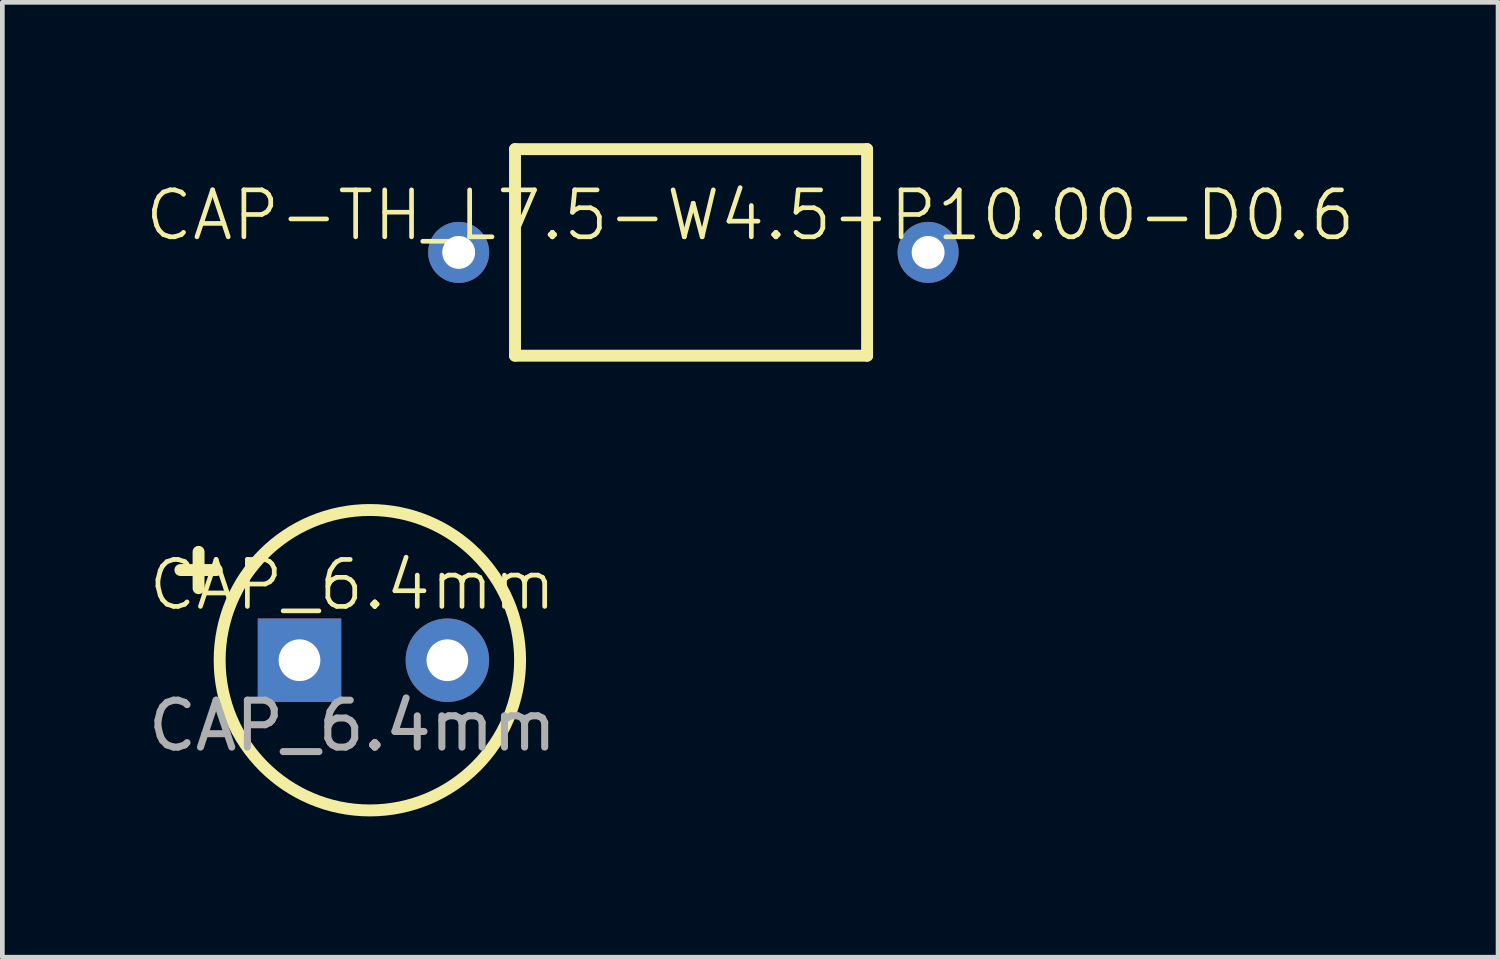
<source format=kicad_pcb>
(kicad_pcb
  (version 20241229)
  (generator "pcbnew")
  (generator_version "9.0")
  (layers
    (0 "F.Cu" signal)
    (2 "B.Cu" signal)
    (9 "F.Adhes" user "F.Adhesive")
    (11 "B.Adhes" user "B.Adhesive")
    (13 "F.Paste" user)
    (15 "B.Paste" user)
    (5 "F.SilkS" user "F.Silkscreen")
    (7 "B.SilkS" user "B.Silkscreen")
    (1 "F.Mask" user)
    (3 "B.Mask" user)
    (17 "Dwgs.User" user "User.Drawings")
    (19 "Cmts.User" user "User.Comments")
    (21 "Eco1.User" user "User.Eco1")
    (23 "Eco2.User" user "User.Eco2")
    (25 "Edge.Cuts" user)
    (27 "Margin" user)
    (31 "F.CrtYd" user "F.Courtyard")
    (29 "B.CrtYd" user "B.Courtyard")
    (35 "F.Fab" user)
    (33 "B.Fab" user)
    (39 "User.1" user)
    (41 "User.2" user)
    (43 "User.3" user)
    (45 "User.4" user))
  (footprint "CAP-TH_L7.5-W4.5-P10.00-D0.6"
    (layer "F.Cu")
    (at 12.931 2.037)
    (property "Reference" "CAP-TH_L7.5-W4.5-P10.00-D0.6" (at 0 -0.5 0) (unlocked yes) (layer "F.SilkS") (effects (font (size 1 1) (thickness 0.1))))
    (attr through_hole)
    (fp_line (start -5.01 2.49) (end -5.01 -1.91) (stroke (width 0.254) (type solid)) (layer "F.SilkS"))
    (fp_line (start 2.49 -1.91) (end -5.01 -1.91) (stroke (width 0.254) (type solid)) (layer "F.SilkS"))
    (fp_line (start 2.49 2.49) (end -5.01 2.49) (stroke (width 0.254) (type solid)) (layer "F.SilkS"))
    (fp_line (start 2.49 2.49) (end 2.49 -1.91) (stroke (width 0.254) (type solid)) (layer "F.SilkS"))
    (fp_line (start -4.96 2.54) (end -4.96 -1.96) (stroke (width 0.051) (type solid)) (layer "Eco1.User"))
    (fp_line (start 2.54 -1.96) (end -4.96 -1.96) (stroke (width 0.051) (type solid)) (layer "Eco1.User"))
    (fp_line (start 2.54 2.54) (end -4.96 2.54) (stroke (width 0.051) (type solid)) (layer "Eco1.User"))
    (fp_line (start 2.54 2.54) (end 2.54 -1.96) (stroke (width 0.051) (type solid)) (layer "Eco1.User"))
    (fp_poly (pts (xy -6.21 0.015) (xy -6.21 0.565) (xy -4.91 0.565) (xy -4.91 0.015)) (stroke (width 0.1) (type default)) (fill no) (layer "Eco1.User"))
    (fp_poly (pts (xy 3.79 0.565) (xy 3.79 0.015) (xy 2.49 0.015) (xy 2.49 0.565)) (stroke (width 0.1) (type default)) (fill no) (layer "Eco1.User"))
    (fp_poly (pts (xy -6.425 2.54) (xy -6.425 2.515) (xy -6.46 2.48) (xy -6.51 2.48) (xy -6.545 2.515) (xy -6.545 2.54) (xy -6.545 2.565) (xy -6.51 2.6) (xy -6.46 2.6) (xy -6.425 2.565)) (stroke (width 0.1) (type default)) (fill no) (layer "Eco1.User"))
    (fp_poly (pts (xy -5.935 0.29) (xy -5.935 0.235) (xy -5.977 0.134) (xy -6.054 0.057) (xy -6.155 0.015) (xy -6.265 0.015) (xy -6.366 0.057) (xy -6.443 0.134) (xy -6.485 0.235) (xy -6.485 0.29) (xy -6.485 0.345) (xy -6.443 0.446) (xy -6.366 0.523) (xy -6.265 0.565) (xy -6.155 0.565) (xy -6.054 0.523) (xy -5.977 0.446) (xy -5.935 0.345)) (stroke (width 0.1) (type default)) (fill no) (layer "Eco1.User"))
    (fp_poly (pts (xy 4.065 0.29) (xy 4.065 0.235) (xy 4.023 0.134) (xy 3.946 0.057) (xy 3.845 0.015) (xy 3.735 0.015) (xy 3.634 0.057) (xy 3.557 0.134) (xy 3.515 0.235) (xy 3.515 0.29) (xy 3.515 0.345) (xy 3.557 0.446) (xy 3.634 0.523) (xy 3.735 0.565) (xy 3.845 0.565) (xy 3.946 0.523) (xy 4.023 0.446) (xy 4.065 0.345)) (stroke (width 0.1) (type default)) (fill no) (layer "Eco1.User"))
    (pad "1" thru_hole circle (at -6.21 0.29) (size 1.3 1.3) (drill 0.7) (layers "*.Cu" "*.Mask"))
    (pad "2" thru_hole circle (at 3.79 0.29) (size 1.3 1.3) (drill 0.7) (layers "*.Cu" "*.Mask")))
  (footprint "CAP_6.4mm"
    (layer "F.Cu")
    (at 4.458 9.91)
    (property "Reference" "CAP_6.4mm" (at 0 -0.5 0) (unlocked yes) (layer "F.SilkS") (effects (font (size 1 1) (thickness 0.1))))
    (attr through_hole)
    (fp_circle (center 0.371 1.104) (end 0.371 4.304) (stroke (width 0.254) (type solid)) (fill no) (layer "F.SilkS"))
    (fp_text user "+" (at -4.074 -0.293 0) (unlocked yes) (layer "F.SilkS") (effects (font (size 1.016 1.016) (thickness 0.254)) (justify left bottom)))
    (fp_text user "${REFERENCE}" (at 0 2.5 0) (unlocked yes) (layer "F.Fab") (effects (font (size 1 1) (thickness 0.15))))
    (pad "1" thru_hole rect (at -1.128 1.104) (size 1.778 1.778) (drill 0.889) (layers "*.Cu" "*.Mask"))
    (pad "2" thru_hole circle (at 2.022 1.104) (size 1.778 1.778) (drill 0.889) (layers "*.Cu" "*.Mask")))
  (gr_rect
    (start -3 -3)
    (end 28.862 17.341)
    (stroke (width 0.1) (type default))
    (fill no)
    (layer "Edge.Cuts")))
</source>
